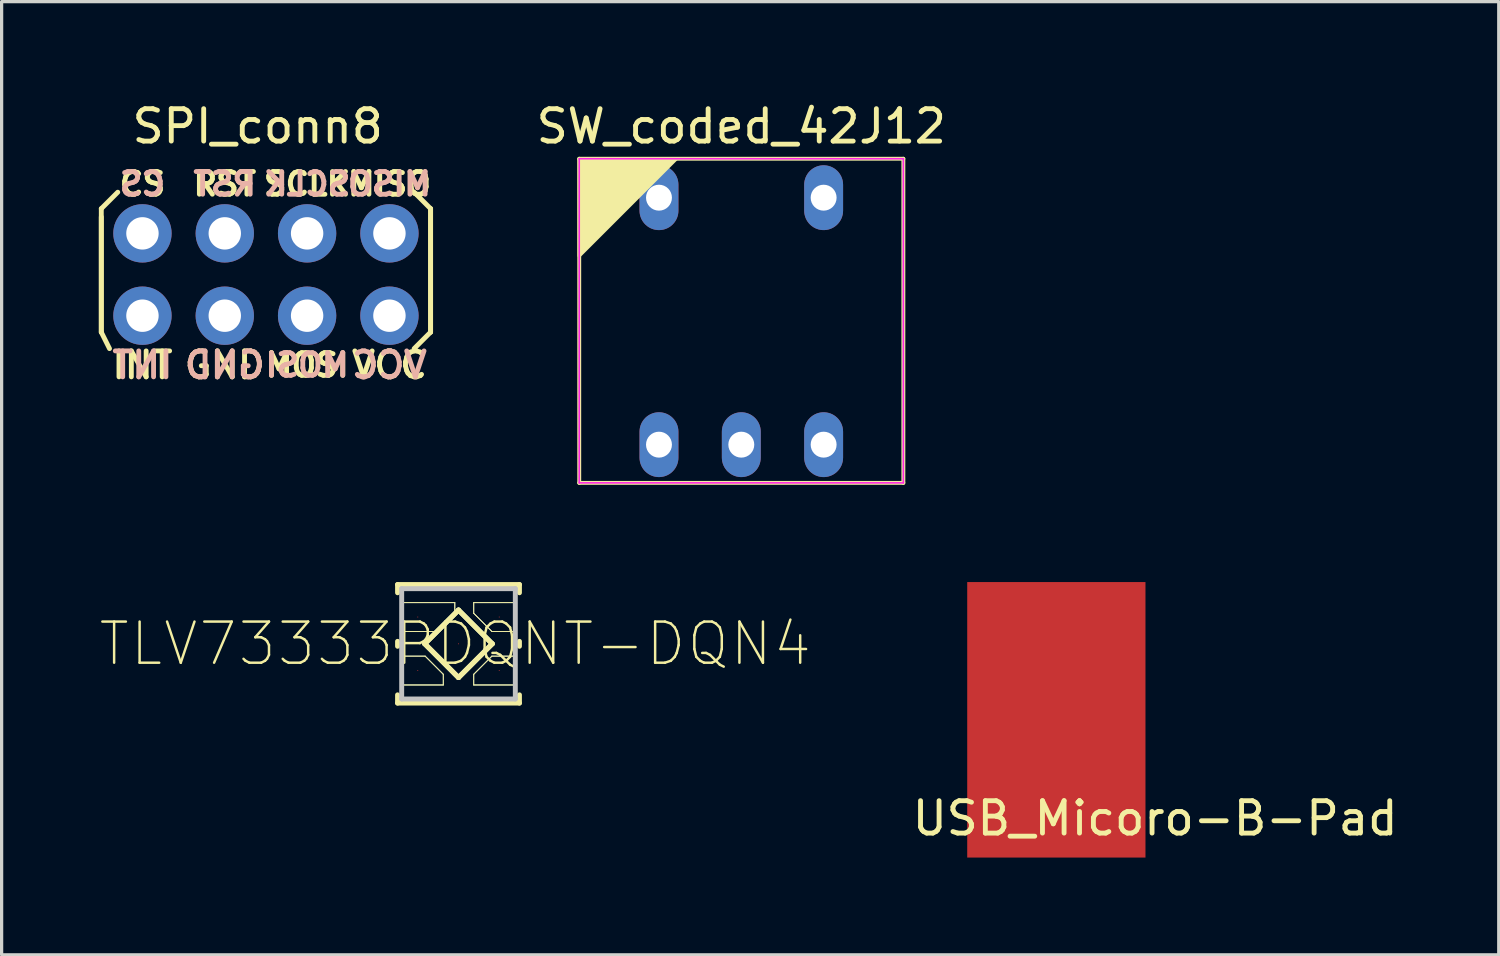
<source format=kicad_pcb>
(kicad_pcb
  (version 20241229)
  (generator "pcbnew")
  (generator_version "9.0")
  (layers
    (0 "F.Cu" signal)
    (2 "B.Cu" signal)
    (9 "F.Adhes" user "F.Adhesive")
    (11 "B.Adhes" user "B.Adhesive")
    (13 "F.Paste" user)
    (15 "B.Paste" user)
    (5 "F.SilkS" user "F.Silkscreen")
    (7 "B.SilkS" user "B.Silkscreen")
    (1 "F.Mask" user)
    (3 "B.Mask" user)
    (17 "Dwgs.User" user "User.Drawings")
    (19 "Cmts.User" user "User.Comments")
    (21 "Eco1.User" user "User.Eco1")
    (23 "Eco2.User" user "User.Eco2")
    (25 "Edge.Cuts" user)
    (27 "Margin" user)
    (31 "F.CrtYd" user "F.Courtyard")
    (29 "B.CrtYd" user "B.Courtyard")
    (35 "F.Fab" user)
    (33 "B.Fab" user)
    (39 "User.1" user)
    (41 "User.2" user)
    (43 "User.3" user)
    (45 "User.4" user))
  (footprint "TLV73333PDQNT-DQN4"
    (layer "F.Cu")
    (at 11.096 16.813)
    (property "Reference" "TLV73333PDQNT-DQN4" (at -0.102 0 0) (layer "F.SilkS") (effects (font (size 1.27 1.27) (thickness 0.076))))
    (attr smd)
    (fp_line (start -1.74 -1.27) (end -1.74 -0.381) (stroke (width 0.025) (type solid)) (layer "B.Cu"))
    (fp_line (start -1.74 -0.381) (end -0.673 -0.381) (stroke (width 0.025) (type solid)) (layer "B.Cu"))
    (fp_line (start -1.74 0.381) (end -1.74 1.27) (stroke (width 0.025) (type solid)) (layer "B.Cu"))
    (fp_line (start -1.74 1.27) (end -0.47 1.27) (stroke (width 0.025) (type solid)) (layer "B.Cu"))
    (fp_line (start -1.041 0) (end 0 1.041) (stroke (width 0.152) (type solid)) (layer "B.Cu"))
    (fp_line (start -1.029 0.381) (end -1.74 0.381) (stroke (width 0.025) (type solid)) (layer "B.Cu"))
    (fp_line (start -0.673 -0.381) (end -0.114 -0.94) (stroke (width 0.025) (type solid)) (layer "B.Cu"))
    (fp_line (start -0.47 0.94) (end -1.029 0.381) (stroke (width 0.025) (type solid)) (layer "B.Cu"))
    (fp_line (start -0.47 1.27) (end -0.47 0.94) (stroke (width 0.025) (type solid)) (layer "B.Cu"))
    (fp_line (start -0.114 -1.27) (end -1.74 -1.27) (stroke (width 0.025) (type solid)) (layer "B.Cu"))
    (fp_line (start -0.114 -0.94) (end -0.114 -1.27) (stroke (width 0.025) (type solid)) (layer "B.Cu"))
    (fp_line (start 0 -1.041) (end -1.041 0) (stroke (width 0.152) (type solid)) (layer "B.Cu"))
    (fp_line (start 0 1.041) (end 1.041 0) (stroke (width 0.152) (type solid)) (layer "B.Cu"))
    (fp_line (start 0.47 -1.27) (end 1.74 -1.27) (stroke (width 0.025) (type solid)) (layer "B.Cu"))
    (fp_line (start 0.47 -0.94) (end 0.47 -1.27) (stroke (width 0.025) (type solid)) (layer "B.Cu"))
    (fp_line (start 0.47 0.94) (end 1.029 0.381) (stroke (width 0.025) (type solid)) (layer "B.Cu"))
    (fp_line (start 0.47 1.27) (end 0.47 0.94) (stroke (width 0.025) (type solid)) (layer "B.Cu"))
    (fp_line (start 1.029 -0.381) (end 0.47 -0.94) (stroke (width 0.025) (type solid)) (layer "B.Cu"))
    (fp_line (start 1.029 0.381) (end 1.74 0.381) (stroke (width 0.025) (type solid)) (layer "B.Cu"))
    (fp_line (start 1.041 0) (end 0 -1.041) (stroke (width 0.152) (type solid)) (layer "B.Cu"))
    (fp_line (start 1.74 -1.27) (end 1.74 -0.381) (stroke (width 0.025) (type solid)) (layer "B.Cu"))
    (fp_line (start 1.74 -0.381) (end 1.029 -0.381) (stroke (width 0.025) (type solid)) (layer "B.Cu"))
    (fp_line (start 1.74 0.381) (end 1.74 1.27) (stroke (width 0.025) (type solid)) (layer "B.Cu"))
    (fp_line (start 1.74 1.27) (end 0.47 1.27) (stroke (width 0.025) (type solid)) (layer "B.Cu"))
    (fp_line (start -1.88 -1.829) (end -1.88 -1.575) (stroke (width 0.152) (type solid)) (layer "F.SilkS"))
    (fp_line (start -1.88 -0.076) (end -1.88 0.076) (stroke (width 0.152) (type solid)) (layer "F.SilkS"))
    (fp_line (start -1.88 1.575) (end -1.88 1.829) (stroke (width 0.152) (type solid)) (layer "F.SilkS"))
    (fp_line (start -1.88 1.829) (end 1.88 1.829) (stroke (width 0.152) (type solid)) (layer "F.SilkS"))
    (fp_line (start -1.74 -1.27) (end -1.74 -0.381) (stroke (width 0.025) (type solid)) (layer "F.SilkS"))
    (fp_line (start -1.74 -1.27) (end -1.74 -0.381) (stroke (width 0.025) (type solid)) (layer "F.SilkS"))
    (fp_line (start -1.74 -0.381) (end -0.673 -0.381) (stroke (width 0.025) (type solid)) (layer "F.SilkS"))
    (fp_line (start -1.74 -0.381) (end -0.673 -0.381) (stroke (width 0.025) (type solid)) (layer "F.SilkS"))
    (fp_line (start -1.74 0.381) (end -1.74 1.27) (stroke (width 0.025) (type solid)) (layer "F.SilkS"))
    (fp_line (start -1.74 0.381) (end -1.74 1.27) (stroke (width 0.025) (type solid)) (layer "F.SilkS"))
    (fp_line (start -1.74 1.27) (end -0.47 1.27) (stroke (width 0.025) (type solid)) (layer "F.SilkS"))
    (fp_line (start -1.74 1.27) (end -0.47 1.27) (stroke (width 0.025) (type solid)) (layer "F.SilkS"))
    (fp_line (start -1.041 0) (end 0 1.041) (stroke (width 0.152) (type solid)) (layer "F.SilkS"))
    (fp_line (start -1.041 0) (end 0 1.041) (stroke (width 0.152) (type solid)) (layer "F.SilkS"))
    (fp_line (start -1.029 0.381) (end -1.74 0.381) (stroke (width 0.025) (type solid)) (layer "F.SilkS"))
    (fp_line (start -1.029 0.381) (end -1.74 0.381) (stroke (width 0.025) (type solid)) (layer "F.SilkS"))
    (fp_line (start -0.673 -0.381) (end -0.114 -0.94) (stroke (width 0.025) (type solid)) (layer "F.SilkS"))
    (fp_line (start -0.673 -0.381) (end -0.114 -0.94) (stroke (width 0.025) (type solid)) (layer "F.SilkS"))
    (fp_line (start -0.47 0.94) (end -1.029 0.381) (stroke (width 0.025) (type solid)) (layer "F.SilkS"))
    (fp_line (start -0.47 0.94) (end -1.029 0.381) (stroke (width 0.025) (type solid)) (layer "F.SilkS"))
    (fp_line (start -0.47 1.27) (end -0.47 0.94) (stroke (width 0.025) (type solid)) (layer "F.SilkS"))
    (fp_line (start -0.47 1.27) (end -0.47 0.94) (stroke (width 0.025) (type solid)) (layer "F.SilkS"))
    (fp_line (start -0.114 -1.27) (end -1.74 -1.27) (stroke (width 0.025) (type solid)) (layer "F.SilkS"))
    (fp_line (start -0.114 -1.27) (end -1.74 -1.27) (stroke (width 0.025) (type solid)) (layer "F.SilkS"))
    (fp_line (start -0.114 -0.94) (end -0.114 -1.27) (stroke (width 0.025) (type solid)) (layer "F.SilkS"))
    (fp_line (start -0.114 -0.94) (end -0.114 -1.27) (stroke (width 0.025) (type solid)) (layer "F.SilkS"))
    (fp_line (start 0 -1.041) (end -1.041 0) (stroke (width 0.152) (type solid)) (layer "F.SilkS"))
    (fp_line (start 0 -1.041) (end -1.041 0) (stroke (width 0.152) (type solid)) (layer "F.SilkS"))
    (fp_line (start 0 1.041) (end 1.041 0) (stroke (width 0.152) (type solid)) (layer "F.SilkS"))
    (fp_line (start 0 1.041) (end 1.041 0) (stroke (width 0.152) (type solid)) (layer "F.SilkS"))
    (fp_line (start 0.47 -1.27) (end 1.74 -1.27) (stroke (width 0.025) (type solid)) (layer "F.SilkS"))
    (fp_line (start 0.47 -1.27) (end 1.74 -1.27) (stroke (width 0.025) (type solid)) (layer "F.SilkS"))
    (fp_line (start 0.47 -0.94) (end 0.47 -1.27) (stroke (width 0.025) (type solid)) (layer "F.SilkS"))
    (fp_line (start 0.47 -0.94) (end 0.47 -1.27) (stroke (width 0.025) (type solid)) (layer "F.SilkS"))
    (fp_line (start 0.47 0.94) (end 1.029 0.381) (stroke (width 0.025) (type solid)) (layer "F.SilkS"))
    (fp_line (start 0.47 0.94) (end 1.029 0.381) (stroke (width 0.025) (type solid)) (layer "F.SilkS"))
    (fp_line (start 0.47 1.27) (end 0.47 0.94) (stroke (width 0.025) (type solid)) (layer "F.SilkS"))
    (fp_line (start 0.47 1.27) (end 0.47 0.94) (stroke (width 0.025) (type solid)) (layer "F.SilkS"))
    (fp_line (start 1.029 -0.381) (end 0.47 -0.94) (stroke (width 0.025) (type solid)) (layer "F.SilkS"))
    (fp_line (start 1.029 -0.381) (end 0.47 -0.94) (stroke (width 0.025) (type solid)) (layer "F.SilkS"))
    (fp_line (start 1.029 0.381) (end 1.74 0.381) (stroke (width 0.025) (type solid)) (layer "F.SilkS"))
    (fp_line (start 1.029 0.381) (end 1.74 0.381) (stroke (width 0.025) (type solid)) (layer "F.SilkS"))
    (fp_line (start 1.041 0) (end 0 -1.041) (stroke (width 0.152) (type solid)) (layer "F.SilkS"))
    (fp_line (start 1.041 0) (end 0 -1.041) (stroke (width 0.152) (type solid)) (layer "F.SilkS"))
    (fp_line (start 1.74 -1.27) (end 1.74 -0.381) (stroke (width 0.025) (type solid)) (layer "F.SilkS"))
    (fp_line (start 1.74 -1.27) (end 1.74 -0.381) (stroke (width 0.025) (type solid)) (layer "F.SilkS"))
    (fp_line (start 1.74 -0.381) (end 1.029 -0.381) (stroke (width 0.025) (type solid)) (layer "F.SilkS"))
    (fp_line (start 1.74 -0.381) (end 1.029 -0.381) (stroke (width 0.025) (type solid)) (layer "F.SilkS"))
    (fp_line (start 1.74 0.381) (end 1.74 1.27) (stroke (width 0.025) (type solid)) (layer "F.SilkS"))
    (fp_line (start 1.74 0.381) (end 1.74 1.27) (stroke (width 0.025) (type solid)) (layer "F.SilkS"))
    (fp_line (start 1.74 1.27) (end 0.47 1.27) (stroke (width 0.025) (type solid)) (layer "F.SilkS"))
    (fp_line (start 1.74 1.27) (end 0.47 1.27) (stroke (width 0.025) (type solid)) (layer "F.SilkS"))
    (fp_line (start 1.88 -1.829) (end -1.88 -1.829) (stroke (width 0.152) (type solid)) (layer "F.SilkS"))
    (fp_line (start 1.88 -1.575) (end 1.88 -1.829) (stroke (width 0.152) (type solid)) (layer "F.SilkS"))
    (fp_line (start 1.88 0.076) (end 1.88 -0.076) (stroke (width 0.152) (type solid)) (layer "F.SilkS"))
    (fp_line (start 1.88 1.829) (end 1.88 1.575) (stroke (width 0.152) (type solid)) (layer "F.SilkS"))
    (fp_line (start -1.753 -1.702) (end -1.753 1.702) (stroke (width 0.152) (type solid)) (layer "Dwgs.User"))
    (fp_line (start -1.753 1.702) (end 1.753 1.702) (stroke (width 0.152) (type solid)) (layer "Dwgs.User"))
    (fp_line (start 1.753 -1.702) (end -1.753 -1.702) (stroke (width 0.152) (type solid)) (layer "Dwgs.User"))
    (fp_line (start 1.753 1.702) (end 1.753 -1.702) (stroke (width 0.152) (type solid)) (layer "Dwgs.User"))
    (pad "1" smd rect (at -1.257 -0.826) (size 0.025 0.025) (layers "F.Cu" "F.Mask" "F.Paste"))
    (pad "2" smd rect (at -1.257 0.826) (size 0.025 0.025) (layers "F.Cu" "F.Mask" "F.Paste"))
    (pad "3" smd rect (at 1.257 0.826) (size 0.025 0.025) (layers "F.Cu" "F.Mask" "F.Paste"))
    (pad "4" smd rect (at 1.257 -0.826) (size 0.025 0.025) (layers "F.Cu" "F.Mask" "F.Paste"))
    (pad "5" smd rect (at 0 0) (size 0.025 0.025) (layers "F.Cu" "F.Mask" "F.Paste")))
  (footprint "SW_coded_42J12"
    (layer "F.Cu")
    (at 19.821 6.848)
    (property "Reference" "SW_coded_42J12" (at 0 -6 0) (layer "F.SilkS") (effects (font (size 1 1) (thickness 0.15))))
    (attr through_hole)
    (fp_line (start -5 -5) (end 5 -5) (stroke (width 0.12) (type solid)) (layer "F.SilkS"))
    (fp_line (start -5 5) (end -5 -5) (stroke (width 0.12) (type solid)) (layer "F.SilkS"))
    (fp_line (start 5 -5) (end 5 5) (stroke (width 0.12) (type solid)) (layer "F.SilkS"))
    (fp_line (start 5 5) (end -5 5) (stroke (width 0.12) (type solid)) (layer "F.SilkS"))
    (fp_poly (pts (xy -5 -2) (xy -5 -5) (xy -2 -5)) (stroke (width 0.1) (type solid)) (fill yes) (layer "F.SilkS"))
    (fp_line (start -5 -5) (end 5 -5) (stroke (width 0.05) (type solid)) (layer "F.CrtYd"))
    (fp_line (start -5 5) (end -5 -5) (stroke (width 0.05) (type solid)) (layer "F.CrtYd"))
    (fp_line (start 5 -5) (end 5 5) (stroke (width 0.05) (type solid)) (layer "F.CrtYd"))
    (fp_line (start 5 5) (end -5 5) (stroke (width 0.05) (type solid)) (layer "F.CrtYd"))
    (pad "1" thru_hole oval (at 2.54 -3.799 180) (size 1.2 2) (drill 0.8) (layers "*.Cu" "*.Mask"))
    (pad "2" thru_hole oval (at -2.54 -3.799 180) (size 1.2 2) (drill 0.8) (layers "*.Cu" "*.Mask"))
    (pad "4" thru_hole oval (at 2.54 3.821 180) (size 1.2 2) (drill 0.8) (layers "*.Cu" "*.Mask"))
    (pad "8" thru_hole oval (at -2.54 3.821 180) (size 1.2 2) (drill 0.8) (layers "*.Cu" "*.Mask"))
    (pad "C" thru_hole oval (at 0 3.821 180) (size 1.2 2) (drill 0.8) (layers "*.Cu" "*.Mask")))
  (footprint "SPI_conn8"
    (layer "F.Cu")
    (at 5.155 5.42)
    (property "Reference" "SPI_conn8" (at -0.254 -4.572 0) (layer "F.SilkS") (effects (font (size 1 1) (thickness 0.15))))
    (attr through_hole)
    (fp_line (start -5.08 -2.032) (end -4.572 -2.54) (stroke (width 0.15) (type solid)) (layer "F.SilkS"))
    (fp_line (start -5.08 -1.778) (end -5.08 1.778) (stroke (width 0.15) (type solid)) (layer "F.SilkS"))
    (fp_line (start -5.08 1.778) (end -5.08 -2.032) (stroke (width 0.15) (type solid)) (layer "F.SilkS"))
    (fp_line (start -5.08 1.778) (end -4.826 2.286) (stroke (width 0.15) (type solid)) (layer "F.SilkS"))
    (fp_line (start 5.08 -2.032) (end 4.572 -2.54) (stroke (width 0.15) (type solid)) (layer "F.SilkS"))
    (fp_line (start 5.08 -2.032) (end 5.08 1.778) (stroke (width 0.15) (type solid)) (layer "F.SilkS"))
    (fp_line (start 5.08 1.778) (end 4.572 2.286) (stroke (width 0.15) (type solid)) (layer "F.SilkS"))
    (fp_line (start 5.08 1.778) (end 5.08 -2.032) (stroke (width 0.15) (type solid)) (layer "F.SilkS"))
    (fp_text user "MISO" (at 3.81 -2.794 0) (layer "F.SilkS") (effects (font (size 0.7 0.7) (thickness 0.15))))
    (fp_text user "SCLK" (at 1.27 -2.794 0) (layer "F.SilkS") (effects (font (size 0.7 0.7) (thickness 0.15))))
    (fp_text user "MOSI" (at 1.27 2.794 0) (layer "F.SilkS") (effects (font (size 0.7 0.7) (thickness 0.15))))
    (fp_text user "CS" (at -3.81 -2.794 0) (layer "F.SilkS") (effects (font (size 0.7 0.7) (thickness 0.15))))
    (fp_text user "GND" (at -1.27 2.794 0) (layer "F.SilkS") (effects (font (size 0.8 0.8) (thickness 0.15))))
    (fp_text user "VCC" (at 3.81 2.794 0) (layer "F.SilkS") (effects (font (size 0.8 0.8) (thickness 0.15))))
    (fp_text user "RST" (at -1.27 -2.794 0) (layer "F.SilkS") (effects (font (size 0.7 0.7) (thickness 0.15))))
    (fp_text user "INT" (at -3.81 2.794 0) (layer "F.SilkS") (effects (font (size 0.8 0.8) (thickness 0.15))))
    (fp_text user "GND" (at -1.27 2.794 0) (layer "B.SilkS") (effects (font (size 0.8 0.8) (thickness 0.15)) (justify mirror)))
    (fp_text user "MISO" (at 3.81 -2.794 0) (layer "B.SilkS") (effects (font (size 0.7 0.7) (thickness 0.15)) (justify mirror)))
    (fp_text user "VCC" (at 3.81 2.794 0) (layer "B.SilkS") (effects (font (size 0.8 0.8) (thickness 0.15)) (justify mirror)))
    (fp_text user "SCLK" (at 1.27 -2.794 0) (layer "B.SilkS") (effects (font (size 0.7 0.7) (thickness 0.15)) (justify mirror)))
    (fp_text user "RST" (at -1.27 -2.794 0) (layer "B.SilkS") (effects (font (size 0.7 0.7) (thickness 0.15)) (justify mirror)))
    (fp_text user "CS" (at -3.81 -2.794 0) (layer "B.SilkS") (effects (font (size 0.7 0.7) (thickness 0.15)) (justify mirror)))
    (fp_text user "INT" (at -3.81 2.794 0) (layer "B.SilkS") (effects (font (size 0.8 0.8) (thickness 0.15)) (justify mirror)))
    (fp_text user "MOSI" (at 1.27 2.794 0) (layer "B.SilkS") (effects (font (size 0.7 0.7) (thickness 0.15)) (justify mirror)))
    (pad "1" thru_hole circle (at 3.81 -1.27) (size 1.8 1.8) (drill 1) (layers "*.Cu" "*.Mask"))
    (pad "2" thru_hole circle (at 3.81 1.27) (size 1.8 1.8) (drill 1) (layers "*.Cu" "*.Mask"))
    (pad "3" thru_hole circle (at 1.27 -1.27) (size 1.8 1.8) (drill 1) (layers "*.Cu" "*.Mask"))
    (pad "4" thru_hole circle (at 1.27 1.27) (size 1.8 1.8) (drill 1) (layers "*.Cu" "*.Mask"))
    (pad "5" thru_hole circle (at -1.27 -1.27) (size 1.8 1.8) (drill 1) (layers "*.Cu" "*.Mask"))
    (pad "6" thru_hole circle (at -1.27 1.27) (size 1.8 1.8) (drill 1) (layers "*.Cu" "*.Mask"))
    (pad "7" thru_hole circle (at -3.81 -1.27) (size 1.8 1.8) (drill 1) (layers "*.Cu" "*.Mask"))
    (pad "8" thru_hole circle (at -3.81 1.27) (size 1.8 1.8) (drill 1) (layers "*.Cu" "*.Mask")))
  (footprint "USB_Micoro-B-Pad"
    (layer "F.Cu")
    (at 32.589 21.698)
    (property "Reference" "USB_Micoro-B-Pad" (at 0 0.5 0) (layer "F.SilkS") (effects (font (size 1 1) (thickness 0.15))))
    (attr through_hole)
    (pad "1" smd trapezoid (at -3.048 -2.54) (size 5.5 8.5) (layers "F.Cu")))
  (gr_rect
    (start -3 -3)
    (end 43.19 26.408)
    (stroke (width 0.1) (type default))
    (fill no)
    (layer "Edge.Cuts")))
</source>
